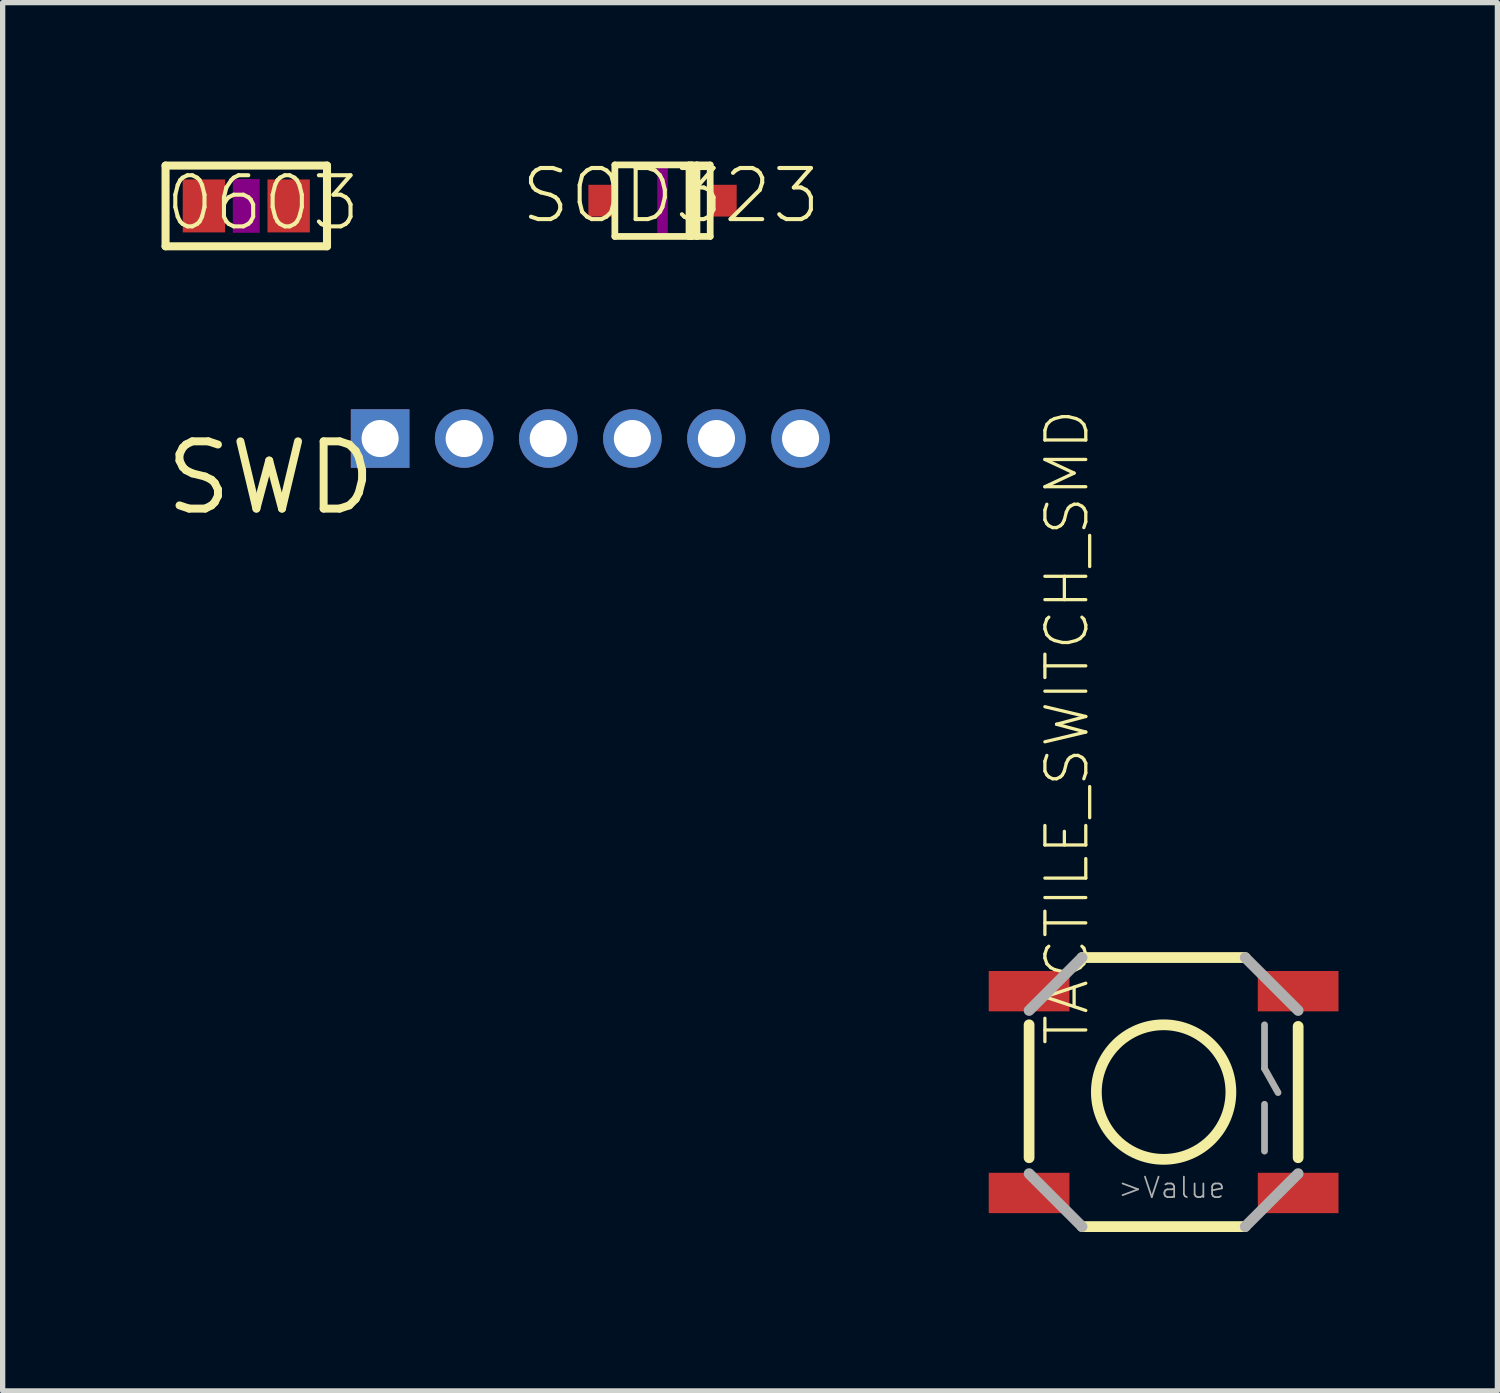
<source format=kicad_pcb>
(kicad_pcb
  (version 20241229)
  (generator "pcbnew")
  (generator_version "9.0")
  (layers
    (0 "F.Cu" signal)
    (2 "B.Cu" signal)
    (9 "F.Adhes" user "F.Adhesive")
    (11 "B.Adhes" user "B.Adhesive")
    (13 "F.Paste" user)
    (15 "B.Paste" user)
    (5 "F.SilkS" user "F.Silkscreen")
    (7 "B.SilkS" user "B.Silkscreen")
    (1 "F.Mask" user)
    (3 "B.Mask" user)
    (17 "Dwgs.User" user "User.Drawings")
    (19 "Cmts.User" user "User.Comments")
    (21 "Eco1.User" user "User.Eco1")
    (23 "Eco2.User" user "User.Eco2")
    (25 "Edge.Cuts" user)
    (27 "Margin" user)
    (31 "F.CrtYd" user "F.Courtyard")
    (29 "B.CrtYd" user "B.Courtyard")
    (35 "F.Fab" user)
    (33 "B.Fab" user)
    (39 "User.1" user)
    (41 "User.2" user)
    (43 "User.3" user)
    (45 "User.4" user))
  (footprint "SOD323"
    (layer "F.Cu")
    (at 9.459 0.739)
    (property "Reference" "SOD323" (at -2.718 0.47 0) (layer "F.SilkS") (effects (font (size 0.965 0.965) (thickness 0.077)) (justify left bottom)))
    (attr through_hole)
    (fp_line (start -0.9 -0.675) (end -0.9 0.675) (stroke (width 0.127) (type solid)) (layer "F.SilkS"))
    (fp_line (start -0.9 0.675) (end 0.5 0.675) (stroke (width 0.127) (type solid)) (layer "F.SilkS"))
    (fp_line (start 0.5 -0.675) (end -0.9 -0.675) (stroke (width 0.127) (type solid)) (layer "F.SilkS"))
    (fp_line (start 0.5 0.675) (end 0.5 -0.675) (stroke (width 0.127) (type solid)) (layer "F.SilkS"))
    (fp_line (start 0.5 0.675) (end 0.55 0.675) (stroke (width 0.127) (type solid)) (layer "F.SilkS"))
    (fp_line (start 0.55 -0.675) (end 0.5 -0.675) (stroke (width 0.127) (type solid)) (layer "F.SilkS"))
    (fp_line (start 0.55 0.675) (end 0.55 -0.675) (stroke (width 0.127) (type solid)) (layer "F.SilkS"))
    (fp_line (start 0.55 0.675) (end 0.65 0.675) (stroke (width 0.127) (type solid)) (layer "F.SilkS"))
    (fp_line (start 0.65 -0.675) (end 0.55 -0.675) (stroke (width 0.127) (type solid)) (layer "F.SilkS"))
    (fp_line (start 0.65 0.675) (end 0.65 -0.675) (stroke (width 0.127) (type solid)) (layer "F.SilkS"))
    (fp_line (start 0.65 0.675) (end 0.9 0.675) (stroke (width 0.127) (type solid)) (layer "F.SilkS"))
    (fp_line (start 0.9 -0.675) (end 0.65 -0.675) (stroke (width 0.127) (type solid)) (layer "F.SilkS"))
    (fp_line (start 0.9 0.675) (end 0.9 -0.675) (stroke (width 0.127) (type solid)) (layer "F.SilkS"))
    (fp_poly (pts (xy -0.1 0.7) (xy 0.1 0.7) (xy 0.1 -0.7) (xy -0.1 -0.7)) (stroke (width 0) (type solid)) (fill yes) (layer "F.Adhes"))
    (pad "A" smd rect (at -1.15 0) (size 0.5 0.6) (layers "F.Cu" "F.Mask" "F.Paste"))
    (pad "K" smd rect (at 1.15 0) (size 0.5 0.6) (layers "F.Cu" "F.Mask" "F.Paste")))
  (footprint "TACTILE_SWITCH_SMD"
    (layer "F.Cu")
    (at 18.92 17.569)
    (property "Reference" "TACTILE_SWITCH_SMD" (at -1.372 -0.838 90) (layer "F.SilkS") (effects (font (size 0.772 0.772) (thickness 0.062)) (justify left bottom)))
    (attr through_hole)
    (fp_line (start -2.54 1.24) (end -2.54 -1.27) (stroke (width 0.203) (type solid)) (layer "F.SilkS"))
    (fp_line (start -1.54 -2.54) (end 1.54 -2.54) (stroke (width 0.203) (type solid)) (layer "F.SilkS"))
    (fp_line (start 1.54 2.54) (end -1.54 2.54) (stroke (width 0.203) (type solid)) (layer "F.SilkS"))
    (fp_line (start 2.54 -1.24) (end 2.54 1.24) (stroke (width 0.203) (type solid)) (layer "F.SilkS"))
    (fp_circle (center 0 0) (end 1.27 0) (stroke (width 0.203) (type solid)) (fill no) (layer "F.SilkS"))
    (fp_line (start -2.54 -1.54) (end -1.54 -2.54) (stroke (width 0.203) (type solid)) (layer "F.Fab"))
    (fp_line (start -1.54 2.54) (end -2.54 1.54) (stroke (width 0.203) (type solid)) (layer "F.Fab"))
    (fp_line (start 1.54 -2.54) (end 2.54 -1.54) (stroke (width 0.203) (type solid)) (layer "F.Fab"))
    (fp_line (start 1.905 -1.27) (end 1.905 -0.445) (stroke (width 0.127) (type solid)) (layer "F.Fab"))
    (fp_line (start 1.905 -0.445) (end 2.16 0.01) (stroke (width 0.127) (type solid)) (layer "F.Fab"))
    (fp_line (start 1.905 0.23) (end 1.905 1.115) (stroke (width 0.127) (type solid)) (layer "F.Fab"))
    (fp_line (start 2.54 1.54) (end 1.54 2.54) (stroke (width 0.203) (type solid)) (layer "F.Fab"))
    (fp_text user ">Value" (at -0.889 2.032 0) (layer "F.Fab") (effects (font (size 0.386 0.386) (thickness 0.033)) (justify left bottom)))
    (pad "1" smd rect (at -2.54 -1.905 90) (size 0.762 1.524) (layers "F.Cu" "F.Mask" "F.Paste"))
    (pad "2" smd rect (at 2.54 -1.905 90) (size 0.762 1.524) (layers "F.Cu" "F.Mask" "F.Paste"))
    (pad "3" smd rect (at -2.54 1.905 90) (size 0.762 1.524) (layers "F.Cu" "F.Mask" "F.Paste"))
    (pad "4" smd rect (at 2.54 1.905 90) (size 0.762 1.524) (layers "F.Cu" "F.Mask" "F.Paste")))
  (footprint "SWD"
    (layer "F.Cu")
    (at 4.127 5.23)
    (property "Reference" "SWD" (at 0 0 0) (layer "F.SilkS") (effects (font (size 1.27 1.27) (thickness 0.15)) (justify right top)))
    (attr through_hole)
    (pad "1" thru_hole rect (at 0 0) (size 1.106 1.106) (drill 0.7) (layers "*.Cu" "*.Mask"))
    (pad "2" thru_hole circle (at 1.587 0) (size 1.106 1.106) (drill 0.7) (layers "*.Cu" "*.Mask"))
    (pad "3" thru_hole circle (at 3.175 0) (size 1.106 1.106) (drill 0.7) (layers "*.Cu" "*.Mask"))
    (pad "4" thru_hole circle (at 4.763 0) (size 1.106 1.106) (drill 0.7) (layers "*.Cu" "*.Mask"))
    (pad "5" thru_hole circle (at 6.35 0) (size 1.106 1.106) (drill 0.7) (layers "*.Cu" "*.Mask"))
    (pad "6" thru_hole circle (at 7.938 0) (size 1.106 1.106) (drill 0.7) (layers "*.Cu" "*.Mask")))
  (footprint "0603"
    (layer "F.Cu")
    (at 1.6 0.838)
    (property "Reference" "0603" (at -1.575 0.508 180) (layer "F.SilkS") (effects (font (size 0.965 0.965) (thickness 0.077)) (justify left bottom)))
    (attr through_hole)
    (fp_line (start -1.524 0.762) (end -1.524 -0.762) (stroke (width 0.152) (type solid)) (layer "F.SilkS"))
    (fp_line (start -1.524 0.762) (end 1.524 0.762) (stroke (width 0.152) (type solid)) (layer "F.SilkS"))
    (fp_line (start 1.524 -0.762) (end -1.524 -0.762) (stroke (width 0.152) (type solid)) (layer "F.SilkS"))
    (fp_line (start 1.524 -0.762) (end 1.524 0.762) (stroke (width 0.152) (type solid)) (layer "F.SilkS"))
    (fp_poly (pts (xy -0.254 0.508) (xy 0.254 0.508) (xy 0.254 -0.508) (xy -0.254 -0.508)) (stroke (width 0) (type solid)) (fill yes) (layer "F.Adhes"))
    (pad "1" smd rect (at -0.8 0) (size 0.8 1) (layers "F.Cu" "F.Mask" "F.Paste"))
    (pad "2" smd rect (at 0.8 0) (size 0.8 1) (layers "F.Cu" "F.Mask" "F.Paste")))
  (gr_rect
    (start -3 -3)
    (end 25.222 23.211)
    (stroke (width 0.1) (type default))
    (fill no)
    (layer "Edge.Cuts")))
</source>
